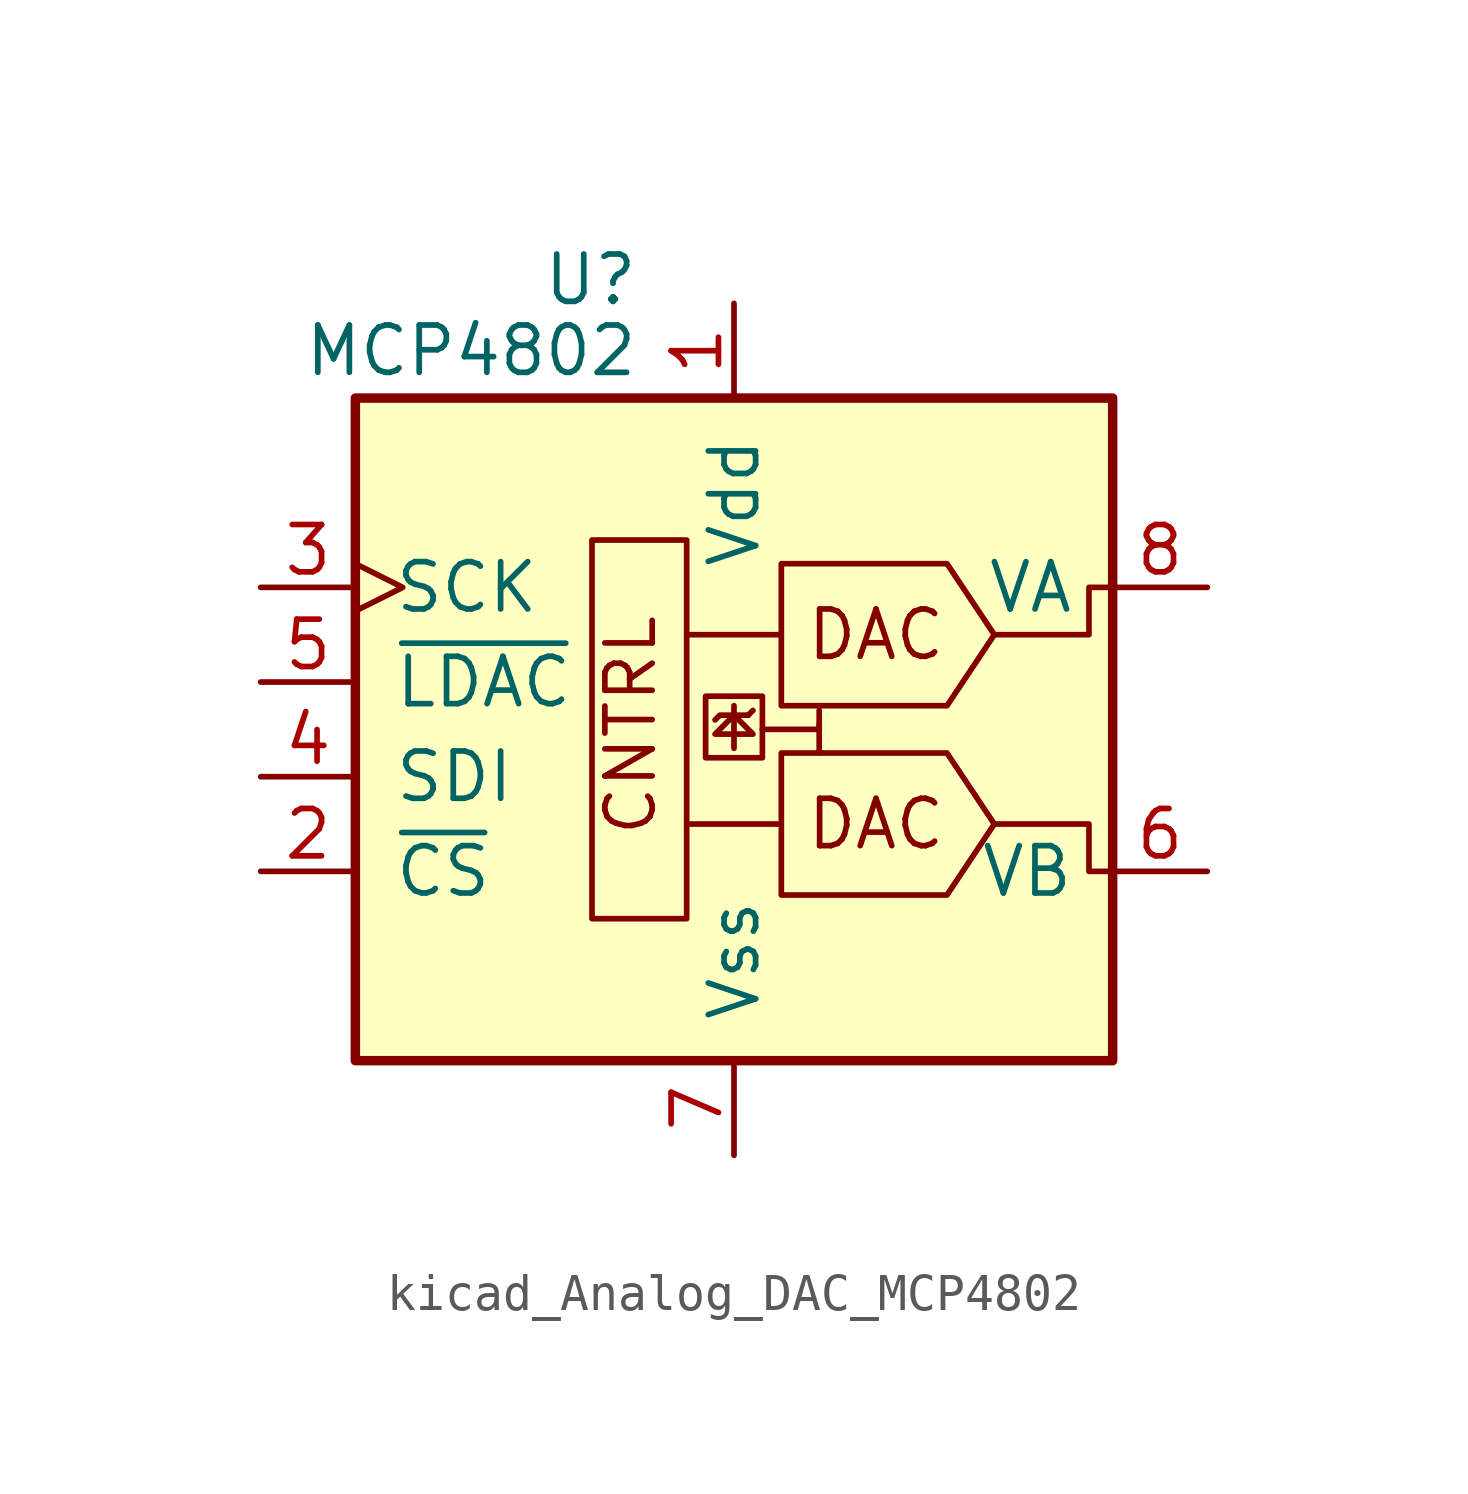
<source format=kicad_sym>
(kicad_symbol_lib
  (version 20220914)
  (generator kicad_symbol_editor)
  (symbol "kicad_Analog_DAC_MCP4802"
    (pin_names
      (offset 1.016))
    (property "Reference" "U"
      (at -2.54 10.795 0)
      (effects (font (size 1.27 1.27)) (justify right)))
    (property "Value" "MCP4802"
      (at -2.54 8.89 0)
      (effects (font (size 1.27 1.27)) (justify right)))
    (symbol "kicad_Analog_DAC_MCP4802_0_0"
      (polyline (pts (xy 0 -1.778) (xy 0 -0.635)) (stroke (width 0) (type default)) (fill (type none)))
      (polyline (pts (xy 0.381 -0.889) (xy 0.508 -0.762)) (stroke (width 0) (type default)) (fill (type none)))
      (polyline (pts (xy 2.286 -1.143) (xy 2.286 -1.905)) (stroke (width 0) (type default)) (fill (type none)))
      (polyline (pts (xy 0.381 -0.889) (xy -0.381 -0.889) (xy -0.508 -1.016)) (stroke (width 0) (type default)) (fill (type none)))
      (polyline (pts (xy 0.762 -1.27) (xy 2.286 -1.27) (xy 2.286 -0.762)) (stroke (width 0) (type default)) (fill (type none)))
      (polyline (pts (xy 0 -0.889) (xy 0.508 -1.397) (xy -0.508 -1.397) (xy 0 -0.889)) (stroke (width 0) (type default)) (fill (type none)))
      (polyline (pts (xy 6.985 -3.81) (xy 9.525 -3.81) (xy 9.525 -5.08) (xy 10.16 -5.08)) (stroke (width 0) (type default)) (fill (type none)))
      (polyline (pts (xy 6.985 1.27) (xy 9.525 1.27) (xy 9.525 2.54) (xy 10.16 2.54)) (stroke (width 0) (type default)) (fill (type none)))
      (rectangle (start 0.762 -0.381) (end -0.762 -2.032) (stroke (width 0) (type default)) (fill (type none)))
      (text "CNTRL" (at -2.032 -4.191 900) (effects (font (size 1.27 1.27)) (justify left bottom)))
      (text "DAC" (at 3.81 -3.81 0) (effects (font (size 1.27 1.27))))
      (text "DAC" (at 3.81 1.27 0) (effects (font (size 1.27 1.27)))))
    (symbol "kicad_Analog_DAC_MCP4802_0_1"
      (rectangle (start -10.16 7.62) (end 10.16 -10.16) (stroke (width 0.254) (type default)) (fill (type background)))
      (rectangle (start -1.27 -6.35) (end -3.81 3.81) (stroke (width 0) (type default)) (fill (type none)))
      (polyline (pts (xy 1.27 -3.81) (xy -1.27 -3.81)) (stroke (width 0) (type default)) (fill (type none)))
      (polyline (pts (xy 1.27 1.27) (xy -1.27 1.27)) (stroke (width 0) (type default)) (fill (type none)))
      (polyline (pts (xy 6.985 -3.81) (xy 5.715 -1.905) (xy 1.27 -1.905) (xy 1.27 -5.715) (xy 5.715 -5.715) (xy 6.985 -3.81)) (stroke (width 0) (type default)) (fill (type none)))
      (polyline (pts (xy 6.985 1.27) (xy 5.715 3.175) (xy 1.27 3.175) (xy 1.27 -0.635) (xy 5.715 -0.635) (xy 6.985 1.27)) (stroke (width 0) (type default)) (fill (type none))))
    (symbol "kicad_Analog_DAC_MCP4802_1_1"
      (pin power_in line (at 0 10.16 270) (length 2.54) (name "Vdd" (effects (font (size 1.27 1.27)))) (number "1" (effects (font (size 1.27 1.27)))))
      (pin input line (at -12.7 -5.08 0) (length 2.54) (name "~{CS}" (effects (font (size 1.27 1.27)))) (number "2" (effects (font (size 1.27 1.27)))))
      (pin input clock (at -12.7 2.54 0) (length 2.54) (name "SCK" (effects (font (size 1.27 1.27)))) (number "3" (effects (font (size 1.27 1.27)))))
      (pin input line (at -12.7 -2.54 0) (length 2.54) (name "SDI" (effects (font (size 1.27 1.27)))) (number "4" (effects (font (size 1.27 1.27)))))
      (pin input line (at -12.7 0 0) (length 2.54) (name "~{LDAC}" (effects (font (size 1.27 1.27)))) (number "5" (effects (font (size 1.27 1.27)))))
      (pin output line (at 12.7 -5.08 180) (length 2.54) (name "VB" (effects (font (size 1.27 1.27)))) (number "6" (effects (font (size 1.27 1.27)))))
      (pin power_in line (at 0 -12.7 90) (length 2.54) (name "Vss" (effects (font (size 1.27 1.27)))) (number "7" (effects (font (size 1.27 1.27)))))
      (pin output line (at 12.7 2.54 180) (length 2.54) (name "VA" (effects (font (size 1.27 1.27)))) (number "8" (effects (font (size 1.27 1.27))))))))
</source>
